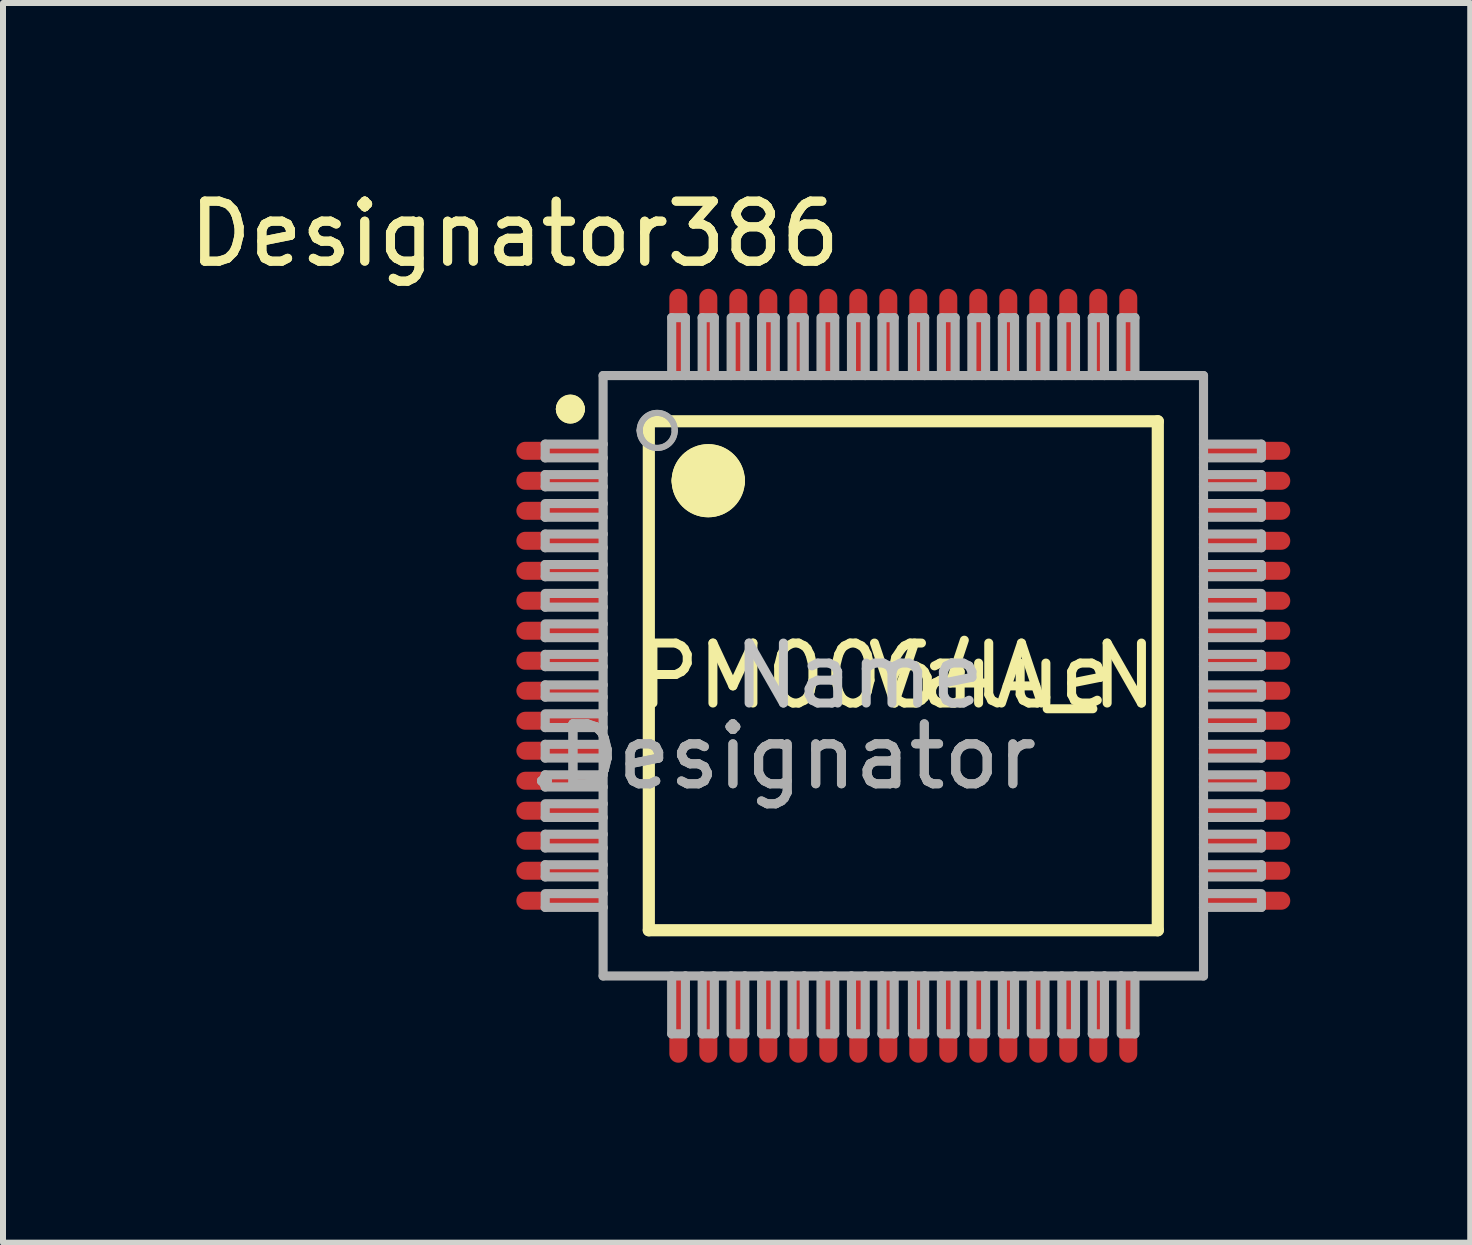
<source format=kicad_pcb>
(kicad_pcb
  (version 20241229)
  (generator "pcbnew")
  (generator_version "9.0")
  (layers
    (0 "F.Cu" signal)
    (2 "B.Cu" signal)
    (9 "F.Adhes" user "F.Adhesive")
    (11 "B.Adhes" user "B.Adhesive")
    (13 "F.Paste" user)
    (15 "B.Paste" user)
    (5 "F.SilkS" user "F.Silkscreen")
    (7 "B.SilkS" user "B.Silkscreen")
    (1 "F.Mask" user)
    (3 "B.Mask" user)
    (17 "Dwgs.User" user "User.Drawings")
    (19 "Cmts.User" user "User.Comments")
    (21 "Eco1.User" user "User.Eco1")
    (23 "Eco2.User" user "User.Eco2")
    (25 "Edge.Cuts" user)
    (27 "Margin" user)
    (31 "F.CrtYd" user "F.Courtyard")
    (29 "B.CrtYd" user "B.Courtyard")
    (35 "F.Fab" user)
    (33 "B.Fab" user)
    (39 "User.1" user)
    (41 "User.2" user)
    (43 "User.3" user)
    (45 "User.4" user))
  (footprint "PM0064A_N"
    (layer "F.Cu")
    (at 12.007 8.214)
    (property "Reference" "PM0064A_N" (at -0.102 0 0) (layer "F.SilkS") (effects (font (size 1 1) (thickness 0.15))))
    (attr smd)
    (fp_line (start -4.242 -4.242) (end 4.242 -4.242) (stroke (width 0.203) (type solid)) (layer "F.SilkS"))
    (fp_line (start -4.242 4.242) (end -4.242 -4.242) (stroke (width 0.203) (type solid)) (layer "F.SilkS"))
    (fp_line (start -4.242 4.242) (end 4.242 4.242) (stroke (width 0.203) (type solid)) (layer "F.SilkS"))
    (fp_line (start 4.242 4.242) (end 4.242 -4.242) (stroke (width 0.203) (type solid)) (layer "F.SilkS"))
    (fp_arc (start -5.6642 -4.445) (mid -5.5499 -4.5593) (end -5.4356 -4.445) (stroke (width 0.254) (type solid)) (layer "F.SilkS"))
    (fp_arc (start -5.6642 -4.445) (mid -5.5499 -4.5593) (end -5.4356 -4.445) (stroke (width 0.254) (type solid)) (layer "F.SilkS"))
    (fp_arc (start -5.4356 -4.445) (mid -5.5499 -4.3307) (end -5.6642 -4.445) (stroke (width 0.254) (type solid)) (layer "F.SilkS"))
    (fp_arc (start -5.4356 -4.445) (mid -5.5499 -4.3307) (end -5.6642 -4.445) (stroke (width 0.254) (type solid)) (layer "F.SilkS"))
    (fp_arc (start -3.556 -3.2512) (mid -3.2512 -3.556) (end -2.9464 -3.2512) (stroke (width 0.6096) (type solid)) (layer "F.SilkS"))
    (fp_arc (start -3.556 -3.2512) (mid -3.2512 -3.556) (end -2.9464 -3.2512) (stroke (width 0.6096) (type solid)) (layer "F.SilkS"))
    (fp_arc (start -2.9464 -3.2512) (mid -3.2512 -2.9464) (end -3.556 -3.2512) (stroke (width 0.6096) (type solid)) (layer "F.SilkS"))
    (fp_arc (start -2.9464 -3.2512) (mid -3.2512 -2.9464) (end -3.556 -3.2512) (stroke (width 0.6096) (type solid)) (layer "F.SilkS"))
    (fp_line (start -5.969 -3.861) (end -5.004 -3.861) (stroke (width 0.152) (type solid)) (layer "F.Fab"))
    (fp_line (start -5.969 -3.632) (end -5.969 -3.861) (stroke (width 0.152) (type solid)) (layer "F.Fab"))
    (fp_line (start -5.969 -3.632) (end -5.004 -3.632) (stroke (width 0.152) (type solid)) (layer "F.Fab"))
    (fp_line (start -5.969 -3.353) (end -5.004 -3.353) (stroke (width 0.152) (type solid)) (layer "F.Fab"))
    (fp_line (start -5.969 -3.15) (end -5.969 -3.353) (stroke (width 0.152) (type solid)) (layer "F.Fab"))
    (fp_line (start -5.969 -3.15) (end -5.004 -3.15) (stroke (width 0.152) (type solid)) (layer "F.Fab"))
    (fp_line (start -5.969 -2.87) (end -5.004 -2.87) (stroke (width 0.152) (type solid)) (layer "F.Fab"))
    (fp_line (start -5.969 -2.642) (end -5.969 -2.845) (stroke (width 0.152) (type solid)) (layer "F.Fab"))
    (fp_line (start -5.969 -2.642) (end -5.004 -2.642) (stroke (width 0.152) (type solid)) (layer "F.Fab"))
    (fp_line (start -5.969 -2.362) (end -5.004 -2.362) (stroke (width 0.152) (type solid)) (layer "F.Fab"))
    (fp_line (start -5.969 -2.134) (end -5.969 -2.362) (stroke (width 0.152) (type solid)) (layer "F.Fab"))
    (fp_line (start -5.969 -2.134) (end -5.004 -2.134) (stroke (width 0.152) (type solid)) (layer "F.Fab"))
    (fp_line (start -5.969 -1.854) (end -5.004 -1.854) (stroke (width 0.152) (type solid)) (layer "F.Fab"))
    (fp_line (start -5.969 -1.651) (end -5.969 -1.854) (stroke (width 0.152) (type solid)) (layer "F.Fab"))
    (fp_line (start -5.969 -1.651) (end -5.004 -1.651) (stroke (width 0.152) (type solid)) (layer "F.Fab"))
    (fp_line (start -5.969 -1.372) (end -5.004 -1.372) (stroke (width 0.152) (type solid)) (layer "F.Fab"))
    (fp_line (start -5.969 -1.143) (end -5.969 -1.346) (stroke (width 0.152) (type solid)) (layer "F.Fab"))
    (fp_line (start -5.969 -1.143) (end -5.004 -1.143) (stroke (width 0.152) (type solid)) (layer "F.Fab"))
    (fp_line (start -5.969 -0.864) (end -5.004 -0.864) (stroke (width 0.152) (type solid)) (layer "F.Fab"))
    (fp_line (start -5.969 -0.635) (end -5.969 -0.838) (stroke (width 0.152) (type solid)) (layer "F.Fab"))
    (fp_line (start -5.969 -0.635) (end -5.004 -0.635) (stroke (width 0.152) (type solid)) (layer "F.Fab"))
    (fp_line (start -5.969 -0.356) (end -5.004 -0.356) (stroke (width 0.152) (type solid)) (layer "F.Fab"))
    (fp_line (start -5.969 -0.152) (end -5.969 -0.356) (stroke (width 0.152) (type solid)) (layer "F.Fab"))
    (fp_line (start -5.969 -0.152) (end -5.004 -0.152) (stroke (width 0.152) (type solid)) (layer "F.Fab"))
    (fp_line (start -5.969 0.152) (end -5.004 0.152) (stroke (width 0.152) (type solid)) (layer "F.Fab"))
    (fp_line (start -5.969 0.356) (end -5.969 0.152) (stroke (width 0.152) (type solid)) (layer "F.Fab"))
    (fp_line (start -5.969 0.356) (end -5.004 0.356) (stroke (width 0.152) (type solid)) (layer "F.Fab"))
    (fp_line (start -5.969 0.635) (end -5.004 0.635) (stroke (width 0.152) (type solid)) (layer "F.Fab"))
    (fp_line (start -5.969 0.864) (end -5.969 0.66) (stroke (width 0.152) (type solid)) (layer "F.Fab"))
    (fp_line (start -5.969 0.864) (end -5.004 0.864) (stroke (width 0.152) (type solid)) (layer "F.Fab"))
    (fp_line (start -5.969 1.143) (end -5.004 1.143) (stroke (width 0.152) (type solid)) (layer "F.Fab"))
    (fp_line (start -5.969 1.372) (end -5.969 1.143) (stroke (width 0.152) (type solid)) (layer "F.Fab"))
    (fp_line (start -5.969 1.372) (end -5.004 1.372) (stroke (width 0.152) (type solid)) (layer "F.Fab"))
    (fp_line (start -5.969 1.651) (end -5.004 1.651) (stroke (width 0.152) (type solid)) (layer "F.Fab"))
    (fp_line (start -5.969 1.854) (end -5.969 1.651) (stroke (width 0.152) (type solid)) (layer "F.Fab"))
    (fp_line (start -5.969 1.854) (end -5.004 1.854) (stroke (width 0.152) (type solid)) (layer "F.Fab"))
    (fp_line (start -5.969 2.134) (end -5.004 2.134) (stroke (width 0.152) (type solid)) (layer "F.Fab"))
    (fp_line (start -5.969 2.362) (end -5.969 2.159) (stroke (width 0.152) (type solid)) (layer "F.Fab"))
    (fp_line (start -5.969 2.362) (end -5.004 2.362) (stroke (width 0.152) (type solid)) (layer "F.Fab"))
    (fp_line (start -5.969 2.642) (end -5.004 2.642) (stroke (width 0.152) (type solid)) (layer "F.Fab"))
    (fp_line (start -5.969 2.87) (end -5.969 2.642) (stroke (width 0.152) (type solid)) (layer "F.Fab"))
    (fp_line (start -5.969 2.87) (end -5.004 2.87) (stroke (width 0.152) (type solid)) (layer "F.Fab"))
    (fp_line (start -5.969 3.15) (end -5.004 3.15) (stroke (width 0.152) (type solid)) (layer "F.Fab"))
    (fp_line (start -5.969 3.353) (end -5.969 3.15) (stroke (width 0.152) (type solid)) (layer "F.Fab"))
    (fp_line (start -5.969 3.353) (end -5.004 3.353) (stroke (width 0.152) (type solid)) (layer "F.Fab"))
    (fp_line (start -5.969 3.632) (end -5.004 3.632) (stroke (width 0.152) (type solid)) (layer "F.Fab"))
    (fp_line (start -5.969 3.861) (end -5.969 3.658) (stroke (width 0.152) (type solid)) (layer "F.Fab"))
    (fp_line (start -5.969 3.861) (end -5.004 3.861) (stroke (width 0.152) (type solid)) (layer "F.Fab"))
    (fp_line (start -5.004 -5.004) (end -3.861 -5.004) (stroke (width 0.152) (type solid)) (layer "F.Fab"))
    (fp_line (start -5.004 -3.861) (end -5.004 -5.004) (stroke (width 0.152) (type solid)) (layer "F.Fab"))
    (fp_line (start -5.004 -3.632) (end -5.004 -3.861) (stroke (width 0.152) (type solid)) (layer "F.Fab"))
    (fp_line (start -5.004 -3.353) (end -5.004 -3.632) (stroke (width 0.152) (type solid)) (layer "F.Fab"))
    (fp_line (start -5.004 -3.15) (end -5.004 -3.353) (stroke (width 0.152) (type solid)) (layer "F.Fab"))
    (fp_line (start -5.004 -2.87) (end -5.004 -3.15) (stroke (width 0.152) (type solid)) (layer "F.Fab"))
    (fp_line (start -5.004 -2.642) (end -5.004 -2.87) (stroke (width 0.152) (type solid)) (layer "F.Fab"))
    (fp_line (start -5.004 -2.362) (end -5.004 -2.642) (stroke (width 0.152) (type solid)) (layer "F.Fab"))
    (fp_line (start -5.004 -2.134) (end -5.004 -2.362) (stroke (width 0.152) (type solid)) (layer "F.Fab"))
    (fp_line (start -5.004 -1.854) (end -5.004 -2.134) (stroke (width 0.152) (type solid)) (layer "F.Fab"))
    (fp_line (start -5.004 -1.651) (end -5.004 -1.854) (stroke (width 0.152) (type solid)) (layer "F.Fab"))
    (fp_line (start -5.004 -1.372) (end -5.004 -1.651) (stroke (width 0.152) (type solid)) (layer "F.Fab"))
    (fp_line (start -5.004 -1.143) (end -5.004 -1.372) (stroke (width 0.152) (type solid)) (layer "F.Fab"))
    (fp_line (start -5.004 -0.864) (end -5.004 -1.143) (stroke (width 0.152) (type solid)) (layer "F.Fab"))
    (fp_line (start -5.004 -0.635) (end -5.004 -0.864) (stroke (width 0.152) (type solid)) (layer "F.Fab"))
    (fp_line (start -5.004 -0.356) (end -5.004 -0.635) (stroke (width 0.152) (type solid)) (layer "F.Fab"))
    (fp_line (start -5.004 -0.152) (end -5.004 -0.356) (stroke (width 0.152) (type solid)) (layer "F.Fab"))
    (fp_line (start -5.004 0.152) (end -5.004 -0.152) (stroke (width 0.152) (type solid)) (layer "F.Fab"))
    (fp_line (start -5.004 0.356) (end -5.004 0.152) (stroke (width 0.152) (type solid)) (layer "F.Fab"))
    (fp_line (start -5.004 0.635) (end -5.004 0.356) (stroke (width 0.152) (type solid)) (layer "F.Fab"))
    (fp_line (start -5.004 0.864) (end -5.004 0.635) (stroke (width 0.152) (type solid)) (layer "F.Fab"))
    (fp_line (start -5.004 1.143) (end -5.004 0.864) (stroke (width 0.152) (type solid)) (layer "F.Fab"))
    (fp_line (start -5.004 1.372) (end -5.004 1.143) (stroke (width 0.152) (type solid)) (layer "F.Fab"))
    (fp_line (start -5.004 1.651) (end -5.004 1.372) (stroke (width 0.152) (type solid)) (layer "F.Fab"))
    (fp_line (start -5.004 1.854) (end -5.004 1.651) (stroke (width 0.152) (type solid)) (layer "F.Fab"))
    (fp_line (start -5.004 2.134) (end -5.004 1.854) (stroke (width 0.152) (type solid)) (layer "F.Fab"))
    (fp_line (start -5.004 2.362) (end -5.004 2.134) (stroke (width 0.152) (type solid)) (layer "F.Fab"))
    (fp_line (start -5.004 2.642) (end -5.004 2.362) (stroke (width 0.152) (type solid)) (layer "F.Fab"))
    (fp_line (start -5.004 2.87) (end -5.004 2.642) (stroke (width 0.152) (type solid)) (layer "F.Fab"))
    (fp_line (start -5.004 3.15) (end -5.004 2.87) (stroke (width 0.152) (type solid)) (layer "F.Fab"))
    (fp_line (start -5.004 3.353) (end -5.004 3.15) (stroke (width 0.152) (type solid)) (layer "F.Fab"))
    (fp_line (start -5.004 3.632) (end -5.004 3.353) (stroke (width 0.152) (type solid)) (layer "F.Fab"))
    (fp_line (start -5.004 3.861) (end -5.004 3.632) (stroke (width 0.152) (type solid)) (layer "F.Fab"))
    (fp_line (start -5.004 5.004) (end -5.004 3.861) (stroke (width 0.152) (type solid)) (layer "F.Fab"))
    (fp_line (start -5.004 5.004) (end -3.861 5.004) (stroke (width 0.152) (type solid)) (layer "F.Fab"))
    (fp_line (start -3.861 -5.969) (end -3.632 -5.969) (stroke (width 0.152) (type solid)) (layer "F.Fab"))
    (fp_line (start -3.861 -5.004) (end -3.861 -5.969) (stroke (width 0.152) (type solid)) (layer "F.Fab"))
    (fp_line (start -3.861 -5.004) (end -3.632 -5.004) (stroke (width 0.152) (type solid)) (layer "F.Fab"))
    (fp_line (start -3.861 5.004) (end -3.632 5.004) (stroke (width 0.152) (type solid)) (layer "F.Fab"))
    (fp_line (start -3.861 5.969) (end -3.861 5.004) (stroke (width 0.152) (type solid)) (layer "F.Fab"))
    (fp_line (start -3.861 5.969) (end -3.632 5.969) (stroke (width 0.152) (type solid)) (layer "F.Fab"))
    (fp_line (start -3.632 -5.004) (end -3.632 -5.969) (stroke (width 0.152) (type solid)) (layer "F.Fab"))
    (fp_line (start -3.632 -5.004) (end -3.353 -5.004) (stroke (width 0.152) (type solid)) (layer "F.Fab"))
    (fp_line (start -3.632 5.004) (end -3.353 5.004) (stroke (width 0.152) (type solid)) (layer "F.Fab"))
    (fp_line (start -3.632 5.969) (end -3.632 5.004) (stroke (width 0.152) (type solid)) (layer "F.Fab"))
    (fp_line (start -3.353 -5.969) (end -3.15 -5.969) (stroke (width 0.152) (type solid)) (layer "F.Fab"))
    (fp_line (start -3.353 -5.004) (end -3.353 -5.969) (stroke (width 0.152) (type solid)) (layer "F.Fab"))
    (fp_line (start -3.353 -5.004) (end -3.15 -5.004) (stroke (width 0.152) (type solid)) (layer "F.Fab"))
    (fp_line (start -3.353 5.004) (end -3.15 5.004) (stroke (width 0.152) (type solid)) (layer "F.Fab"))
    (fp_line (start -3.353 5.969) (end -3.353 5.004) (stroke (width 0.152) (type solid)) (layer "F.Fab"))
    (fp_line (start -3.353 5.969) (end -3.15 5.969) (stroke (width 0.152) (type solid)) (layer "F.Fab"))
    (fp_line (start -3.15 -5.004) (end -3.15 -5.969) (stroke (width 0.152) (type solid)) (layer "F.Fab"))
    (fp_line (start -3.15 -5.004) (end -2.87 -5.004) (stroke (width 0.152) (type solid)) (layer "F.Fab"))
    (fp_line (start -3.15 5.004) (end -2.87 5.004) (stroke (width 0.152) (type solid)) (layer "F.Fab"))
    (fp_line (start -3.15 5.969) (end -3.15 5.004) (stroke (width 0.152) (type solid)) (layer "F.Fab"))
    (fp_line (start -2.87 -5.004) (end -2.87 -5.969) (stroke (width 0.152) (type solid)) (layer "F.Fab"))
    (fp_line (start -2.87 -5.004) (end -2.642 -5.004) (stroke (width 0.152) (type solid)) (layer "F.Fab"))
    (fp_line (start -2.87 5.004) (end -2.642 5.004) (stroke (width 0.152) (type solid)) (layer "F.Fab"))
    (fp_line (start -2.87 5.969) (end -2.87 5.004) (stroke (width 0.152) (type solid)) (layer "F.Fab"))
    (fp_line (start -2.845 -5.969) (end -2.642 -5.969) (stroke (width 0.152) (type solid)) (layer "F.Fab"))
    (fp_line (start -2.845 5.969) (end -2.642 5.969) (stroke (width 0.152) (type solid)) (layer "F.Fab"))
    (fp_line (start -2.642 -5.004) (end -2.642 -5.969) (stroke (width 0.152) (type solid)) (layer "F.Fab"))
    (fp_line (start -2.642 -5.004) (end -2.362 -5.004) (stroke (width 0.152) (type solid)) (layer "F.Fab"))
    (fp_line (start -2.642 5.004) (end -2.362 5.004) (stroke (width 0.152) (type solid)) (layer "F.Fab"))
    (fp_line (start -2.642 5.969) (end -2.642 5.004) (stroke (width 0.152) (type solid)) (layer "F.Fab"))
    (fp_line (start -2.362 -5.969) (end -2.134 -5.969) (stroke (width 0.152) (type solid)) (layer "F.Fab"))
    (fp_line (start -2.362 -5.004) (end -2.362 -5.969) (stroke (width 0.152) (type solid)) (layer "F.Fab"))
    (fp_line (start -2.362 -5.004) (end -2.134 -5.004) (stroke (width 0.152) (type solid)) (layer "F.Fab"))
    (fp_line (start -2.362 5.004) (end -2.134 5.004) (stroke (width 0.152) (type solid)) (layer "F.Fab"))
    (fp_line (start -2.362 5.969) (end -2.362 5.004) (stroke (width 0.152) (type solid)) (layer "F.Fab"))
    (fp_line (start -2.362 5.969) (end -2.134 5.969) (stroke (width 0.152) (type solid)) (layer "F.Fab"))
    (fp_line (start -2.134 -5.004) (end -2.134 -5.969) (stroke (width 0.152) (type solid)) (layer "F.Fab"))
    (fp_line (start -2.134 -5.004) (end -1.854 -5.004) (stroke (width 0.152) (type solid)) (layer "F.Fab"))
    (fp_line (start -2.134 5.004) (end -1.854 5.004) (stroke (width 0.152) (type solid)) (layer "F.Fab"))
    (fp_line (start -2.134 5.969) (end -2.134 5.004) (stroke (width 0.152) (type solid)) (layer "F.Fab"))
    (fp_line (start -1.854 -5.969) (end -1.651 -5.969) (stroke (width 0.152) (type solid)) (layer "F.Fab"))
    (fp_line (start -1.854 -5.004) (end -1.854 -5.969) (stroke (width 0.152) (type solid)) (layer "F.Fab"))
    (fp_line (start -1.854 -5.004) (end -1.651 -5.004) (stroke (width 0.152) (type solid)) (layer "F.Fab"))
    (fp_line (start -1.854 5.004) (end -1.651 5.004) (stroke (width 0.152) (type solid)) (layer "F.Fab"))
    (fp_line (start -1.854 5.969) (end -1.854 5.004) (stroke (width 0.152) (type solid)) (layer "F.Fab"))
    (fp_line (start -1.854 5.969) (end -1.651 5.969) (stroke (width 0.152) (type solid)) (layer "F.Fab"))
    (fp_line (start -1.651 -5.004) (end -1.651 -5.969) (stroke (width 0.152) (type solid)) (layer "F.Fab"))
    (fp_line (start -1.651 -5.004) (end -1.372 -5.004) (stroke (width 0.152) (type solid)) (layer "F.Fab"))
    (fp_line (start -1.651 5.004) (end -1.372 5.004) (stroke (width 0.152) (type solid)) (layer "F.Fab"))
    (fp_line (start -1.651 5.969) (end -1.651 5.004) (stroke (width 0.152) (type solid)) (layer "F.Fab"))
    (fp_line (start -1.372 -5.004) (end -1.372 -5.969) (stroke (width 0.152) (type solid)) (layer "F.Fab"))
    (fp_line (start -1.372 -5.004) (end -1.143 -5.004) (stroke (width 0.152) (type solid)) (layer "F.Fab"))
    (fp_line (start -1.372 5.004) (end -1.143 5.004) (stroke (width 0.152) (type solid)) (layer "F.Fab"))
    (fp_line (start -1.372 5.969) (end -1.372 5.004) (stroke (width 0.152) (type solid)) (layer "F.Fab"))
    (fp_line (start -1.346 -5.969) (end -1.143 -5.969) (stroke (width 0.152) (type solid)) (layer "F.Fab"))
    (fp_line (start -1.346 5.969) (end -1.143 5.969) (stroke (width 0.152) (type solid)) (layer "F.Fab"))
    (fp_line (start -1.143 -5.004) (end -1.143 -5.969) (stroke (width 0.152) (type solid)) (layer "F.Fab"))
    (fp_line (start -1.143 -5.004) (end -0.864 -5.004) (stroke (width 0.152) (type solid)) (layer "F.Fab"))
    (fp_line (start -1.143 5.004) (end -0.864 5.004) (stroke (width 0.152) (type solid)) (layer "F.Fab"))
    (fp_line (start -1.143 5.969) (end -1.143 5.004) (stroke (width 0.152) (type solid)) (layer "F.Fab"))
    (fp_line (start -0.864 -5.004) (end -0.864 -5.969) (stroke (width 0.152) (type solid)) (layer "F.Fab"))
    (fp_line (start -0.864 -5.004) (end -0.635 -5.004) (stroke (width 0.152) (type solid)) (layer "F.Fab"))
    (fp_line (start -0.864 5.004) (end -0.635 5.004) (stroke (width 0.152) (type solid)) (layer "F.Fab"))
    (fp_line (start -0.864 5.969) (end -0.864 5.004) (stroke (width 0.152) (type solid)) (layer "F.Fab"))
    (fp_line (start -0.838 -5.969) (end -0.635 -5.969) (stroke (width 0.152) (type solid)) (layer "F.Fab"))
    (fp_line (start -0.838 5.969) (end -0.635 5.969) (stroke (width 0.152) (type solid)) (layer "F.Fab"))
    (fp_line (start -0.635 -5.004) (end -0.635 -5.969) (stroke (width 0.152) (type solid)) (layer "F.Fab"))
    (fp_line (start -0.635 -5.004) (end -0.356 -5.004) (stroke (width 0.152) (type solid)) (layer "F.Fab"))
    (fp_line (start -0.635 5.004) (end -0.356 5.004) (stroke (width 0.152) (type solid)) (layer "F.Fab"))
    (fp_line (start -0.635 5.969) (end -0.635 5.004) (stroke (width 0.152) (type solid)) (layer "F.Fab"))
    (fp_line (start -0.356 -5.969) (end -0.152 -5.969) (stroke (width 0.152) (type solid)) (layer "F.Fab"))
    (fp_line (start -0.356 -5.004) (end -0.356 -5.969) (stroke (width 0.152) (type solid)) (layer "F.Fab"))
    (fp_line (start -0.356 -5.004) (end -0.152 -5.004) (stroke (width 0.152) (type solid)) (layer "F.Fab"))
    (fp_line (start -0.356 5.004) (end -0.152 5.004) (stroke (width 0.152) (type solid)) (layer "F.Fab"))
    (fp_line (start -0.356 5.969) (end -0.356 5.004) (stroke (width 0.152) (type solid)) (layer "F.Fab"))
    (fp_line (start -0.356 5.969) (end -0.152 5.969) (stroke (width 0.152) (type solid)) (layer "F.Fab"))
    (fp_line (start -0.152 -5.004) (end -0.152 -5.969) (stroke (width 0.152) (type solid)) (layer "F.Fab"))
    (fp_line (start -0.152 -5.004) (end 0.152 -5.004) (stroke (width 0.152) (type solid)) (layer "F.Fab"))
    (fp_line (start -0.152 5.004) (end 0.152 5.004) (stroke (width 0.152) (type solid)) (layer "F.Fab"))
    (fp_line (start -0.152 5.969) (end -0.152 5.004) (stroke (width 0.152) (type solid)) (layer "F.Fab"))
    (fp_line (start 0.152 -5.969) (end 0.356 -5.969) (stroke (width 0.152) (type solid)) (layer "F.Fab"))
    (fp_line (start 0.152 -5.004) (end 0.152 -5.969) (stroke (width 0.152) (type solid)) (layer "F.Fab"))
    (fp_line (start 0.152 -5.004) (end 0.356 -5.004) (stroke (width 0.152) (type solid)) (layer "F.Fab"))
    (fp_line (start 0.152 5.004) (end 0.356 5.004) (stroke (width 0.152) (type solid)) (layer "F.Fab"))
    (fp_line (start 0.152 5.969) (end 0.152 5.004) (stroke (width 0.152) (type solid)) (layer "F.Fab"))
    (fp_line (start 0.152 5.969) (end 0.356 5.969) (stroke (width 0.152) (type solid)) (layer "F.Fab"))
    (fp_line (start 0.356 -5.004) (end 0.356 -5.969) (stroke (width 0.152) (type solid)) (layer "F.Fab"))
    (fp_line (start 0.356 -5.004) (end 0.635 -5.004) (stroke (width 0.152) (type solid)) (layer "F.Fab"))
    (fp_line (start 0.356 5.004) (end 0.635 5.004) (stroke (width 0.152) (type solid)) (layer "F.Fab"))
    (fp_line (start 0.356 5.969) (end 0.356 5.004) (stroke (width 0.152) (type solid)) (layer "F.Fab"))
    (fp_line (start 0.635 -5.004) (end 0.635 -5.969) (stroke (width 0.152) (type solid)) (layer "F.Fab"))
    (fp_line (start 0.635 -5.004) (end 0.864 -5.004) (stroke (width 0.152) (type solid)) (layer "F.Fab"))
    (fp_line (start 0.635 5.004) (end 0.864 5.004) (stroke (width 0.152) (type solid)) (layer "F.Fab"))
    (fp_line (start 0.635 5.969) (end 0.635 5.004) (stroke (width 0.152) (type solid)) (layer "F.Fab"))
    (fp_line (start 0.66 -5.969) (end 0.864 -5.969) (stroke (width 0.152) (type solid)) (layer "F.Fab"))
    (fp_line (start 0.66 5.969) (end 0.864 5.969) (stroke (width 0.152) (type solid)) (layer "F.Fab"))
    (fp_line (start 0.864 -5.004) (end 0.864 -5.969) (stroke (width 0.152) (type solid)) (layer "F.Fab"))
    (fp_line (start 0.864 -5.004) (end 1.143 -5.004) (stroke (width 0.152) (type solid)) (layer "F.Fab"))
    (fp_line (start 0.864 5.004) (end 1.143 5.004) (stroke (width 0.152) (type solid)) (layer "F.Fab"))
    (fp_line (start 0.864 5.969) (end 0.864 5.004) (stroke (width 0.152) (type solid)) (layer "F.Fab"))
    (fp_line (start 1.143 -5.969) (end 1.372 -5.969) (stroke (width 0.152) (type solid)) (layer "F.Fab"))
    (fp_line (start 1.143 -5.004) (end 1.143 -5.969) (stroke (width 0.152) (type solid)) (layer "F.Fab"))
    (fp_line (start 1.143 -5.004) (end 1.372 -5.004) (stroke (width 0.152) (type solid)) (layer "F.Fab"))
    (fp_line (start 1.143 5.004) (end 1.372 5.004) (stroke (width 0.152) (type solid)) (layer "F.Fab"))
    (fp_line (start 1.143 5.969) (end 1.143 5.004) (stroke (width 0.152) (type solid)) (layer "F.Fab"))
    (fp_line (start 1.143 5.969) (end 1.372 5.969) (stroke (width 0.152) (type solid)) (layer "F.Fab"))
    (fp_line (start 1.372 -5.004) (end 1.372 -5.969) (stroke (width 0.152) (type solid)) (layer "F.Fab"))
    (fp_line (start 1.372 -5.004) (end 1.651 -5.004) (stroke (width 0.152) (type solid)) (layer "F.Fab"))
    (fp_line (start 1.372 5.004) (end 1.651 5.004) (stroke (width 0.152) (type solid)) (layer "F.Fab"))
    (fp_line (start 1.372 5.969) (end 1.372 5.004) (stroke (width 0.152) (type solid)) (layer "F.Fab"))
    (fp_line (start 1.651 -5.969) (end 1.854 -5.969) (stroke (width 0.152) (type solid)) (layer "F.Fab"))
    (fp_line (start 1.651 -5.004) (end 1.651 -5.969) (stroke (width 0.152) (type solid)) (layer "F.Fab"))
    (fp_line (start 1.651 -5.004) (end 1.854 -5.004) (stroke (width 0.152) (type solid)) (layer "F.Fab"))
    (fp_line (start 1.651 5.004) (end 1.854 5.004) (stroke (width 0.152) (type solid)) (layer "F.Fab"))
    (fp_line (start 1.651 5.969) (end 1.651 5.004) (stroke (width 0.152) (type solid)) (layer "F.Fab"))
    (fp_line (start 1.651 5.969) (end 1.854 5.969) (stroke (width 0.152) (type solid)) (layer "F.Fab"))
    (fp_line (start 1.854 -5.004) (end 1.854 -5.969) (stroke (width 0.152) (type solid)) (layer "F.Fab"))
    (fp_line (start 1.854 -5.004) (end 2.134 -5.004) (stroke (width 0.152) (type solid)) (layer "F.Fab"))
    (fp_line (start 1.854 5.004) (end 2.134 5.004) (stroke (width 0.152) (type solid)) (layer "F.Fab"))
    (fp_line (start 1.854 5.969) (end 1.854 5.004) (stroke (width 0.152) (type solid)) (layer "F.Fab"))
    (fp_line (start 2.134 -5.004) (end 2.134 -5.969) (stroke (width 0.152) (type solid)) (layer "F.Fab"))
    (fp_line (start 2.134 -5.004) (end 2.362 -5.004) (stroke (width 0.152) (type solid)) (layer "F.Fab"))
    (fp_line (start 2.134 5.004) (end 2.362 5.004) (stroke (width 0.152) (type solid)) (layer "F.Fab"))
    (fp_line (start 2.134 5.969) (end 2.134 5.004) (stroke (width 0.152) (type solid)) (layer "F.Fab"))
    (fp_line (start 2.159 -5.969) (end 2.362 -5.969) (stroke (width 0.152) (type solid)) (layer "F.Fab"))
    (fp_line (start 2.159 5.969) (end 2.362 5.969) (stroke (width 0.152) (type solid)) (layer "F.Fab"))
    (fp_line (start 2.362 -5.004) (end 2.362 -5.969) (stroke (width 0.152) (type solid)) (layer "F.Fab"))
    (fp_line (start 2.362 -5.004) (end 2.642 -5.004) (stroke (width 0.152) (type solid)) (layer "F.Fab"))
    (fp_line (start 2.362 5.004) (end 2.642 5.004) (stroke (width 0.152) (type solid)) (layer "F.Fab"))
    (fp_line (start 2.362 5.969) (end 2.362 5.004) (stroke (width 0.152) (type solid)) (layer "F.Fab"))
    (fp_line (start 2.642 -5.969) (end 2.87 -5.969) (stroke (width 0.152) (type solid)) (layer "F.Fab"))
    (fp_line (start 2.642 -5.004) (end 2.642 -5.969) (stroke (width 0.152) (type solid)) (layer "F.Fab"))
    (fp_line (start 2.642 -5.004) (end 2.87 -5.004) (stroke (width 0.152) (type solid)) (layer "F.Fab"))
    (fp_line (start 2.642 5.004) (end 2.87 5.004) (stroke (width 0.152) (type solid)) (layer "F.Fab"))
    (fp_line (start 2.642 5.969) (end 2.642 5.004) (stroke (width 0.152) (type solid)) (layer "F.Fab"))
    (fp_line (start 2.642 5.969) (end 2.87 5.969) (stroke (width 0.152) (type solid)) (layer "F.Fab"))
    (fp_line (start 2.87 -5.004) (end 2.87 -5.969) (stroke (width 0.152) (type solid)) (layer "F.Fab"))
    (fp_line (start 2.87 -5.004) (end 3.15 -5.004) (stroke (width 0.152) (type solid)) (layer "F.Fab"))
    (fp_line (start 2.87 5.004) (end 3.15 5.004) (stroke (width 0.152) (type solid)) (layer "F.Fab"))
    (fp_line (start 2.87 5.969) (end 2.87 5.004) (stroke (width 0.152) (type solid)) (layer "F.Fab"))
    (fp_line (start 3.15 -5.969) (end 3.353 -5.969) (stroke (width 0.152) (type solid)) (layer "F.Fab"))
    (fp_line (start 3.15 -5.004) (end 3.15 -5.969) (stroke (width 0.152) (type solid)) (layer "F.Fab"))
    (fp_line (start 3.15 -5.004) (end 3.353 -5.004) (stroke (width 0.152) (type solid)) (layer "F.Fab"))
    (fp_line (start 3.15 5.004) (end 3.353 5.004) (stroke (width 0.152) (type solid)) (layer "F.Fab"))
    (fp_line (start 3.15 5.969) (end 3.15 5.004) (stroke (width 0.152) (type solid)) (layer "F.Fab"))
    (fp_line (start 3.15 5.969) (end 3.353 5.969) (stroke (width 0.152) (type solid)) (layer "F.Fab"))
    (fp_line (start 3.353 -5.004) (end 3.353 -5.969) (stroke (width 0.152) (type solid)) (layer "F.Fab"))
    (fp_line (start 3.353 -5.004) (end 3.632 -5.004) (stroke (width 0.152) (type solid)) (layer "F.Fab"))
    (fp_line (start 3.353 5.004) (end 3.632 5.004) (stroke (width 0.152) (type solid)) (layer "F.Fab"))
    (fp_line (start 3.353 5.969) (end 3.353 5.004) (stroke (width 0.152) (type solid)) (layer "F.Fab"))
    (fp_line (start 3.632 -5.004) (end 3.632 -5.969) (stroke (width 0.152) (type solid)) (layer "F.Fab"))
    (fp_line (start 3.632 -5.004) (end 3.861 -5.004) (stroke (width 0.152) (type solid)) (layer "F.Fab"))
    (fp_line (start 3.632 5.004) (end 3.861 5.004) (stroke (width 0.152) (type solid)) (layer "F.Fab"))
    (fp_line (start 3.632 5.969) (end 3.632 5.004) (stroke (width 0.152) (type solid)) (layer "F.Fab"))
    (fp_line (start 3.658 -5.969) (end 3.861 -5.969) (stroke (width 0.152) (type solid)) (layer "F.Fab"))
    (fp_line (start 3.658 5.969) (end 3.861 5.969) (stroke (width 0.152) (type solid)) (layer "F.Fab"))
    (fp_line (start 3.861 -5.004) (end 3.861 -5.969) (stroke (width 0.152) (type solid)) (layer "F.Fab"))
    (fp_line (start 3.861 -5.004) (end 5.004 -5.004) (stroke (width 0.152) (type solid)) (layer "F.Fab"))
    (fp_line (start 3.861 5.004) (end 5.004 5.004) (stroke (width 0.152) (type solid)) (layer "F.Fab"))
    (fp_line (start 3.861 5.969) (end 3.861 5.004) (stroke (width 0.152) (type solid)) (layer "F.Fab"))
    (fp_line (start 5.004 -3.861) (end 5.004 -5.004) (stroke (width 0.152) (type solid)) (layer "F.Fab"))
    (fp_line (start 5.004 -3.861) (end 5.969 -3.861) (stroke (width 0.152) (type solid)) (layer "F.Fab"))
    (fp_line (start 5.004 -3.632) (end 5.004 -3.861) (stroke (width 0.152) (type solid)) (layer "F.Fab"))
    (fp_line (start 5.004 -3.632) (end 5.969 -3.632) (stroke (width 0.152) (type solid)) (layer "F.Fab"))
    (fp_line (start 5.004 -3.353) (end 5.004 -3.632) (stroke (width 0.152) (type solid)) (layer "F.Fab"))
    (fp_line (start 5.004 -3.353) (end 5.969 -3.353) (stroke (width 0.152) (type solid)) (layer "F.Fab"))
    (fp_line (start 5.004 -3.15) (end 5.004 -3.353) (stroke (width 0.152) (type solid)) (layer "F.Fab"))
    (fp_line (start 5.004 -3.15) (end 5.969 -3.15) (stroke (width 0.152) (type solid)) (layer "F.Fab"))
    (fp_line (start 5.004 -2.87) (end 5.004 -3.15) (stroke (width 0.152) (type solid)) (layer "F.Fab"))
    (fp_line (start 5.004 -2.87) (end 5.969 -2.87) (stroke (width 0.152) (type solid)) (layer "F.Fab"))
    (fp_line (start 5.004 -2.642) (end 5.004 -2.87) (stroke (width 0.152) (type solid)) (layer "F.Fab"))
    (fp_line (start 5.004 -2.642) (end 5.969 -2.642) (stroke (width 0.152) (type solid)) (layer "F.Fab"))
    (fp_line (start 5.004 -2.362) (end 5.004 -2.642) (stroke (width 0.152) (type solid)) (layer "F.Fab"))
    (fp_line (start 5.004 -2.362) (end 5.969 -2.362) (stroke (width 0.152) (type solid)) (layer "F.Fab"))
    (fp_line (start 5.004 -2.134) (end 5.004 -2.362) (stroke (width 0.152) (type solid)) (layer "F.Fab"))
    (fp_line (start 5.004 -2.134) (end 5.969 -2.134) (stroke (width 0.152) (type solid)) (layer "F.Fab"))
    (fp_line (start 5.004 -1.854) (end 5.004 -2.134) (stroke (width 0.152) (type solid)) (layer "F.Fab"))
    (fp_line (start 5.004 -1.854) (end 5.969 -1.854) (stroke (width 0.152) (type solid)) (layer "F.Fab"))
    (fp_line (start 5.004 -1.651) (end 5.004 -1.854) (stroke (width 0.152) (type solid)) (layer "F.Fab"))
    (fp_line (start 5.004 -1.651) (end 5.969 -1.651) (stroke (width 0.152) (type solid)) (layer "F.Fab"))
    (fp_line (start 5.004 -1.372) (end 5.004 -1.651) (stroke (width 0.152) (type solid)) (layer "F.Fab"))
    (fp_line (start 5.004 -1.372) (end 5.969 -1.372) (stroke (width 0.152) (type solid)) (layer "F.Fab"))
    (fp_line (start 5.004 -1.143) (end 5.004 -1.372) (stroke (width 0.152) (type solid)) (layer "F.Fab"))
    (fp_line (start 5.004 -1.143) (end 5.969 -1.143) (stroke (width 0.152) (type solid)) (layer "F.Fab"))
    (fp_line (start 5.004 -0.864) (end 5.004 -1.143) (stroke (width 0.152) (type solid)) (layer "F.Fab"))
    (fp_line (start 5.004 -0.864) (end 5.969 -0.864) (stroke (width 0.152) (type solid)) (layer "F.Fab"))
    (fp_line (start 5.004 -0.635) (end 5.004 -0.864) (stroke (width 0.152) (type solid)) (layer "F.Fab"))
    (fp_line (start 5.004 -0.635) (end 5.969 -0.635) (stroke (width 0.152) (type solid)) (layer "F.Fab"))
    (fp_line (start 5.004 -0.356) (end 5.004 -0.635) (stroke (width 0.152) (type solid)) (layer "F.Fab"))
    (fp_line (start 5.004 -0.356) (end 5.969 -0.356) (stroke (width 0.152) (type solid)) (layer "F.Fab"))
    (fp_line (start 5.004 -0.152) (end 5.004 -0.356) (stroke (width 0.152) (type solid)) (layer "F.Fab"))
    (fp_line (start 5.004 -0.152) (end 5.969 -0.152) (stroke (width 0.152) (type solid)) (layer "F.Fab"))
    (fp_line (start 5.004 0.152) (end 5.004 -0.152) (stroke (width 0.152) (type solid)) (layer "F.Fab"))
    (fp_line (start 5.004 0.152) (end 5.969 0.152) (stroke (width 0.152) (type solid)) (layer "F.Fab"))
    (fp_line (start 5.004 0.356) (end 5.004 0.152) (stroke (width 0.152) (type solid)) (layer "F.Fab"))
    (fp_line (start 5.004 0.356) (end 5.969 0.356) (stroke (width 0.152) (type solid)) (layer "F.Fab"))
    (fp_line (start 5.004 0.635) (end 5.004 0.356) (stroke (width 0.152) (type solid)) (layer "F.Fab"))
    (fp_line (start 5.004 0.635) (end 5.969 0.635) (stroke (width 0.152) (type solid)) (layer "F.Fab"))
    (fp_line (start 5.004 0.864) (end 5.004 0.635) (stroke (width 0.152) (type solid)) (layer "F.Fab"))
    (fp_line (start 5.004 0.864) (end 5.969 0.864) (stroke (width 0.152) (type solid)) (layer "F.Fab"))
    (fp_line (start 5.004 1.143) (end 5.004 0.864) (stroke (width 0.152) (type solid)) (layer "F.Fab"))
    (fp_line (start 5.004 1.143) (end 5.969 1.143) (stroke (width 0.152) (type solid)) (layer "F.Fab"))
    (fp_line (start 5.004 1.372) (end 5.004 1.143) (stroke (width 0.152) (type solid)) (layer "F.Fab"))
    (fp_line (start 5.004 1.372) (end 5.969 1.372) (stroke (width 0.152) (type solid)) (layer "F.Fab"))
    (fp_line (start 5.004 1.651) (end 5.004 1.372) (stroke (width 0.152) (type solid)) (layer "F.Fab"))
    (fp_line (start 5.004 1.651) (end 5.969 1.651) (stroke (width 0.152) (type solid)) (layer "F.Fab"))
    (fp_line (start 5.004 1.854) (end 5.004 1.651) (stroke (width 0.152) (type solid)) (layer "F.Fab"))
    (fp_line (start 5.004 1.854) (end 5.969 1.854) (stroke (width 0.152) (type solid)) (layer "F.Fab"))
    (fp_line (start 5.004 2.134) (end 5.004 1.854) (stroke (width 0.152) (type solid)) (layer "F.Fab"))
    (fp_line (start 5.004 2.134) (end 5.969 2.134) (stroke (width 0.152) (type solid)) (layer "F.Fab"))
    (fp_line (start 5.004 2.362) (end 5.004 2.134) (stroke (width 0.152) (type solid)) (layer "F.Fab"))
    (fp_line (start 5.004 2.362) (end 5.969 2.362) (stroke (width 0.152) (type solid)) (layer "F.Fab"))
    (fp_line (start 5.004 2.642) (end 5.004 2.362) (stroke (width 0.152) (type solid)) (layer "F.Fab"))
    (fp_line (start 5.004 2.642) (end 5.969 2.642) (stroke (width 0.152) (type solid)) (layer "F.Fab"))
    (fp_line (start 5.004 2.87) (end 5.004 2.642) (stroke (width 0.152) (type solid)) (layer "F.Fab"))
    (fp_line (start 5.004 2.87) (end 5.969 2.87) (stroke (width 0.152) (type solid)) (layer "F.Fab"))
    (fp_line (start 5.004 3.15) (end 5.004 2.87) (stroke (width 0.152) (type solid)) (layer "F.Fab"))
    (fp_line (start 5.004 3.15) (end 5.969 3.15) (stroke (width 0.152) (type solid)) (layer "F.Fab"))
    (fp_line (start 5.004 3.353) (end 5.004 3.15) (stroke (width 0.152) (type solid)) (layer "F.Fab"))
    (fp_line (start 5.004 3.353) (end 5.969 3.353) (stroke (width 0.152) (type solid)) (layer "F.Fab"))
    (fp_line (start 5.004 3.632) (end 5.004 3.353) (stroke (width 0.152) (type solid)) (layer "F.Fab"))
    (fp_line (start 5.004 3.632) (end 5.969 3.632) (stroke (width 0.152) (type solid)) (layer "F.Fab"))
    (fp_line (start 5.004 3.861) (end 5.004 3.632) (stroke (width 0.152) (type solid)) (layer "F.Fab"))
    (fp_line (start 5.004 3.861) (end 5.969 3.861) (stroke (width 0.152) (type solid)) (layer "F.Fab"))
    (fp_line (start 5.004 5.004) (end 5.004 3.861) (stroke (width 0.152) (type solid)) (layer "F.Fab"))
    (fp_line (start 5.969 -3.632) (end 5.969 -3.861) (stroke (width 0.152) (type solid)) (layer "F.Fab"))
    (fp_line (start 5.969 -3.15) (end 5.969 -3.353) (stroke (width 0.152) (type solid)) (layer "F.Fab"))
    (fp_line (start 5.969 -2.642) (end 5.969 -2.845) (stroke (width 0.152) (type solid)) (layer "F.Fab"))
    (fp_line (start 5.969 -2.134) (end 5.969 -2.362) (stroke (width 0.152) (type solid)) (layer "F.Fab"))
    (fp_line (start 5.969 -1.651) (end 5.969 -1.854) (stroke (width 0.152) (type solid)) (layer "F.Fab"))
    (fp_line (start 5.969 -1.143) (end 5.969 -1.346) (stroke (width 0.152) (type solid)) (layer "F.Fab"))
    (fp_line (start 5.969 -0.635) (end 5.969 -0.838) (stroke (width 0.152) (type solid)) (layer "F.Fab"))
    (fp_line (start 5.969 -0.152) (end 5.969 -0.356) (stroke (width 0.152) (type solid)) (layer "F.Fab"))
    (fp_line (start 5.969 0.356) (end 5.969 0.152) (stroke (width 0.152) (type solid)) (layer "F.Fab"))
    (fp_line (start 5.969 0.864) (end 5.969 0.66) (stroke (width 0.152) (type solid)) (layer "F.Fab"))
    (fp_line (start 5.969 1.372) (end 5.969 1.143) (stroke (width 0.152) (type solid)) (layer "F.Fab"))
    (fp_line (start 5.969 1.854) (end 5.969 1.651) (stroke (width 0.152) (type solid)) (layer "F.Fab"))
    (fp_line (start 5.969 2.362) (end 5.969 2.159) (stroke (width 0.152) (type solid)) (layer "F.Fab"))
    (fp_line (start 5.969 2.87) (end 5.969 2.642) (stroke (width 0.152) (type solid)) (layer "F.Fab"))
    (fp_line (start 5.969 3.353) (end 5.969 3.15) (stroke (width 0.152) (type solid)) (layer "F.Fab"))
    (fp_line (start 5.969 3.861) (end 5.969 3.658) (stroke (width 0.152) (type solid)) (layer "F.Fab"))
    (fp_arc (start -4.3942 -4.0894) (mid -4.1021 -4.3815) (end -3.81 -4.0894) (stroke (width 0.1016) (type solid)) (layer "F.Fab"))
    (fp_arc (start -4.3942 -4.0894) (mid -4.1021 -4.3815) (end -3.81 -4.0894) (stroke (width 0.1016) (type solid)) (layer "F.Fab"))
    (fp_arc (start -3.81 -4.0894) (mid -4.1021 -3.7973) (end -4.3942 -4.0894) (stroke (width 0.1016) (type solid)) (layer "F.Fab"))
    (fp_arc (start -3.81 -4.0894) (mid -4.1021 -3.7973) (end -4.3942 -4.0894) (stroke (width 0.1016) (type solid)) (layer "F.Fab"))
    (fp_text user "Value" (at 1.448 0 0) (layer "F.SilkS") (effects (font (size 1 1) (thickness 0.15))))
    (fp_text user "Designator386" (at -6.477 -7.366 0) (layer "F.SilkS") (effects (font (size 1 1) (thickness 0.15))))
    (fp_text user "Designator386" (at -6.477 -7.366 0) (layer "F.SilkS") (effects (font (size 1 1) (thickness 0.15))))
    (fp_text user "Name" (at -0.737 0 0) (layer "Dwgs.User") (effects (font (size 1 1) (thickness 0.15))))
    (fp_text user ".Designator" (at -2.007 1.346 0) (layer "F.Fab") (effects (font (size 1 1) (thickness 0.15))))
    (fp_text user ".Designator" (at -2.007 1.346 0) (layer "F.Fab") (effects (font (size 1 1) (thickness 0.15))))
    (pad "1" smd oval (at -5.725 -3.75 180) (size 1.45 0.3) (layers "F.Cu" "F.Mask" "F.Paste"))
    (pad "2" smd oval (at -5.725 -3.25 180) (size 1.45 0.3) (layers "F.Cu" "F.Mask" "F.Paste"))
    (pad "3" smd oval (at -5.725 -2.75 180) (size 1.45 0.3) (layers "F.Cu" "F.Mask" "F.Paste"))
    (pad "4" smd oval (at -5.725 -2.25 180) (size 1.45 0.3) (layers "F.Cu" "F.Mask" "F.Paste"))
    (pad "5" smd oval (at -5.725 -1.75 180) (size 1.45 0.3) (layers "F.Cu" "F.Mask" "F.Paste"))
    (pad "6" smd oval (at -5.725 -1.25 180) (size 1.45 0.3) (layers "F.Cu" "F.Mask" "F.Paste"))
    (pad "7" smd oval (at -5.725 -0.75 180) (size 1.45 0.3) (layers "F.Cu" "F.Mask" "F.Paste"))
    (pad "8" smd oval (at -5.725 -0.25 180) (size 1.45 0.3) (layers "F.Cu" "F.Mask" "F.Paste"))
    (pad "9" smd oval (at -5.725 0.25 180) (size 1.45 0.3) (layers "F.Cu" "F.Mask" "F.Paste"))
    (pad "10" smd oval (at -5.725 0.75 180) (size 1.45 0.3) (layers "F.Cu" "F.Mask" "F.Paste"))
    (pad "11" smd oval (at -5.725 1.25 180) (size 1.45 0.3) (layers "F.Cu" "F.Mask" "F.Paste"))
    (pad "12" smd oval (at -5.725 1.75 180) (size 1.45 0.3) (layers "F.Cu" "F.Mask" "F.Paste"))
    (pad "13" smd oval (at -5.725 2.25 180) (size 1.45 0.3) (layers "F.Cu" "F.Mask" "F.Paste"))
    (pad "14" smd oval (at -5.725 2.75 180) (size 1.45 0.3) (layers "F.Cu" "F.Mask" "F.Paste"))
    (pad "15" smd oval (at -5.725 3.25 180) (size 1.45 0.3) (layers "F.Cu" "F.Mask" "F.Paste"))
    (pad "16" smd oval (at -5.725 3.75 180) (size 1.45 0.3) (layers "F.Cu" "F.Mask" "F.Paste"))
    (pad "17" smd oval (at -3.75 5.725 90) (size 1.45 0.3) (layers "F.Cu" "F.Mask" "F.Paste"))
    (pad "18" smd oval (at -3.25 5.725 90) (size 1.45 0.3) (layers "F.Cu" "F.Mask" "F.Paste"))
    (pad "19" smd oval (at -2.75 5.725 90) (size 1.45 0.3) (layers "F.Cu" "F.Mask" "F.Paste"))
    (pad "20" smd oval (at -2.25 5.725 90) (size 1.45 0.3) (layers "F.Cu" "F.Mask" "F.Paste"))
    (pad "21" smd oval (at -1.75 5.725 90) (size 1.45 0.3) (layers "F.Cu" "F.Mask" "F.Paste"))
    (pad "22" smd oval (at -1.25 5.725 90) (size 1.45 0.3) (layers "F.Cu" "F.Mask" "F.Paste"))
    (pad "23" smd oval (at -0.75 5.725 90) (size 1.45 0.3) (layers "F.Cu" "F.Mask" "F.Paste"))
    (pad "24" smd oval (at -0.25 5.725 90) (size 1.45 0.3) (layers "F.Cu" "F.Mask" "F.Paste"))
    (pad "25" smd oval (at 0.25 5.725 90) (size 1.45 0.3) (layers "F.Cu" "F.Mask" "F.Paste"))
    (pad "26" smd oval (at 0.75 5.725 90) (size 1.45 0.3) (layers "F.Cu" "F.Mask" "F.Paste"))
    (pad "27" smd oval (at 1.25 5.725 90) (size 1.45 0.3) (layers "F.Cu" "F.Mask" "F.Paste"))
    (pad "28" smd oval (at 1.75 5.725 90) (size 1.45 0.3) (layers "F.Cu" "F.Mask" "F.Paste"))
    (pad "29" smd oval (at 2.25 5.725 90) (size 1.45 0.3) (layers "F.Cu" "F.Mask" "F.Paste"))
    (pad "30" smd oval (at 2.75 5.725 90) (size 1.45 0.3) (layers "F.Cu" "F.Mask" "F.Paste"))
    (pad "31" smd oval (at 3.25 5.725 90) (size 1.45 0.3) (layers "F.Cu" "F.Mask" "F.Paste"))
    (pad "32" smd oval (at 3.75 5.725 90) (size 1.45 0.3) (layers "F.Cu" "F.Mask" "F.Paste"))
    (pad "33" smd oval (at 5.725 3.75 180) (size 1.45 0.3) (layers "F.Cu" "F.Mask" "F.Paste"))
    (pad "34" smd oval (at 5.725 3.25 180) (size 1.45 0.3) (layers "F.Cu" "F.Mask" "F.Paste"))
    (pad "35" smd oval (at 5.725 2.75 180) (size 1.45 0.3) (layers "F.Cu" "F.Mask" "F.Paste"))
    (pad "36" smd oval (at 5.725 2.25 180) (size 1.45 0.3) (layers "F.Cu" "F.Mask" "F.Paste"))
    (pad "37" smd oval (at 5.725 1.75 180) (size 1.45 0.3) (layers "F.Cu" "F.Mask" "F.Paste"))
    (pad "38" smd oval (at 5.725 1.25 180) (size 1.45 0.3) (layers "F.Cu" "F.Mask" "F.Paste"))
    (pad "39" smd oval (at 5.725 0.75 180) (size 1.45 0.3) (layers "F.Cu" "F.Mask" "F.Paste"))
    (pad "40" smd oval (at 5.725 0.25 180) (size 1.45 0.3) (layers "F.Cu" "F.Mask" "F.Paste"))
    (pad "41" smd oval (at 5.725 -0.25 180) (size 1.45 0.3) (layers "F.Cu" "F.Mask" "F.Paste"))
    (pad "42" smd oval (at 5.725 -0.75 180) (size 1.45 0.3) (layers "F.Cu" "F.Mask" "F.Paste"))
    (pad "43" smd oval (at 5.725 -1.25 180) (size 1.45 0.3) (layers "F.Cu" "F.Mask" "F.Paste"))
    (pad "44" smd oval (at 5.725 -1.75 180) (size 1.45 0.3) (layers "F.Cu" "F.Mask" "F.Paste"))
    (pad "45" smd oval (at 5.725 -2.25 180) (size 1.45 0.3) (layers "F.Cu" "F.Mask" "F.Paste"))
    (pad "46" smd oval (at 5.725 -2.75 180) (size 1.45 0.3) (layers "F.Cu" "F.Mask" "F.Paste"))
    (pad "47" smd oval (at 5.725 -3.25 180) (size 1.45 0.3) (layers "F.Cu" "F.Mask" "F.Paste"))
    (pad "48" smd oval (at 5.725 -3.75 180) (size 1.45 0.3) (layers "F.Cu" "F.Mask" "F.Paste"))
    (pad "49" smd oval (at 3.75 -5.725 90) (size 1.45 0.3) (layers "F.Cu" "F.Mask" "F.Paste"))
    (pad "50" smd oval (at 3.25 -5.725 90) (size 1.45 0.3) (layers "F.Cu" "F.Mask" "F.Paste"))
    (pad "51" smd oval (at 2.75 -5.725 90) (size 1.45 0.3) (layers "F.Cu" "F.Mask" "F.Paste"))
    (pad "52" smd oval (at 2.25 -5.725 90) (size 1.45 0.3) (layers "F.Cu" "F.Mask" "F.Paste"))
    (pad "53" smd oval (at 1.75 -5.725 90) (size 1.45 0.3) (layers "F.Cu" "F.Mask" "F.Paste"))
    (pad "54" smd oval (at 1.25 -5.725 90) (size 1.45 0.3) (layers "F.Cu" "F.Mask" "F.Paste"))
    (pad "55" smd oval (at 0.75 -5.725 90) (size 1.45 0.3) (layers "F.Cu" "F.Mask" "F.Paste"))
    (pad "56" smd oval (at 0.25 -5.725 90) (size 1.45 0.3) (layers "F.Cu" "F.Mask" "F.Paste"))
    (pad "57" smd oval (at -0.25 -5.725 90) (size 1.45 0.3) (layers "F.Cu" "F.Mask" "F.Paste"))
    (pad "58" smd oval (at -0.75 -5.725 90) (size 1.45 0.3) (layers "F.Cu" "F.Mask" "F.Paste"))
    (pad "59" smd oval (at -1.25 -5.725 90) (size 1.45 0.3) (layers "F.Cu" "F.Mask" "F.Paste"))
    (pad "60" smd oval (at -1.75 -5.725 90) (size 1.45 0.3) (layers "F.Cu" "F.Mask" "F.Paste"))
    (pad "61" smd oval (at -2.25 -5.725 90) (size 1.45 0.3) (layers "F.Cu" "F.Mask" "F.Paste"))
    (pad "62" smd oval (at -2.75 -5.725 90) (size 1.45 0.3) (layers "F.Cu" "F.Mask" "F.Paste"))
    (pad "63" smd oval (at -3.25 -5.725 90) (size 1.45 0.3) (layers "F.Cu" "F.Mask" "F.Paste"))
    (pad "64" smd oval (at -3.75 -5.725 90) (size 1.45 0.3) (layers "F.Cu" "F.Mask" "F.Paste")))
  (gr_rect
    (start -3 -3)
    (end 21.457 17.664)
    (stroke (width 0.1) (type default))
    (fill no)
    (layer "Edge.Cuts")))
</source>
